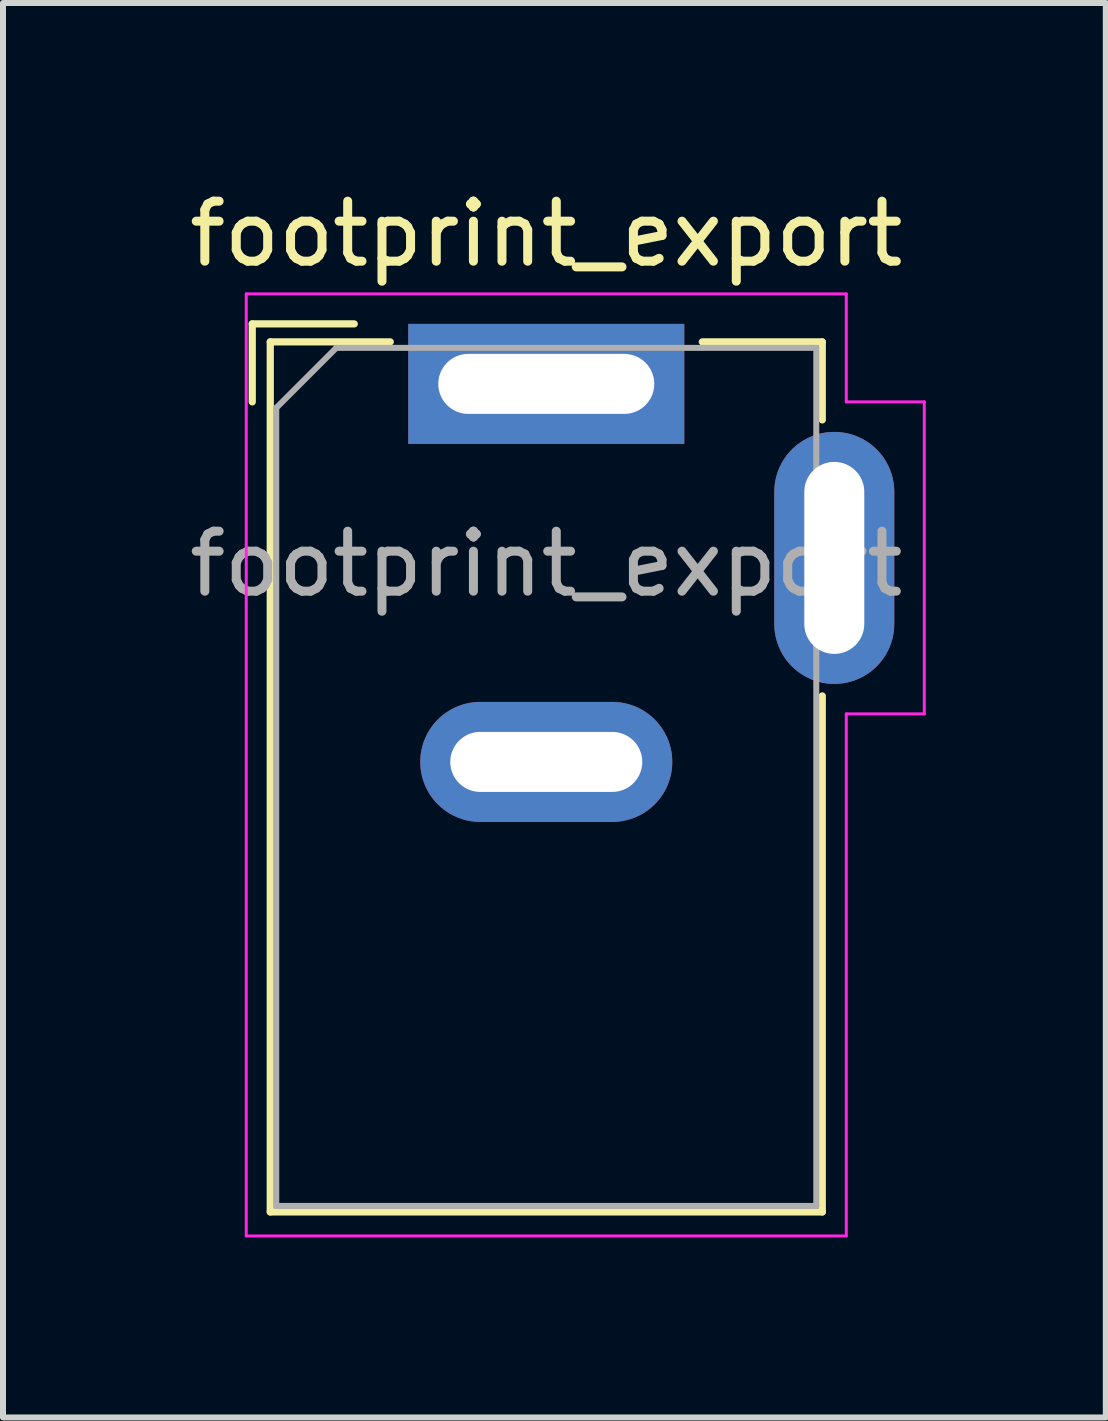
<source format=kicad_pcb>
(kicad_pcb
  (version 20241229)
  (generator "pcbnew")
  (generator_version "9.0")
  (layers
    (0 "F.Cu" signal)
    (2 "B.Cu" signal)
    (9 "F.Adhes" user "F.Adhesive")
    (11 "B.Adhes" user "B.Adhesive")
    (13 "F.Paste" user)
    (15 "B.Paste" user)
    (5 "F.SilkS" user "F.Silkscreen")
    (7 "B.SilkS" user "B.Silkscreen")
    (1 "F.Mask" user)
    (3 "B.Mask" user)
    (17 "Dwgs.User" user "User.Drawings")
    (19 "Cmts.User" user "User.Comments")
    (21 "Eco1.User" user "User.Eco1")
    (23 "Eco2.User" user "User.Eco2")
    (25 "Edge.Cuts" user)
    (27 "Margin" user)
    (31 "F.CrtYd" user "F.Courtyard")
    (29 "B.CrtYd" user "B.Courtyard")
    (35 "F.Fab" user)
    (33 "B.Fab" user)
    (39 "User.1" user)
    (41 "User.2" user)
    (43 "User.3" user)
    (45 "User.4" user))
  (footprint "footprint_export"
    (layer "F.Cu")
    (at 6.054 3.348)
    (property "Reference" "footprint_export" (at 0 -2.5 0) (layer "F.SilkS") (effects (font (size 1 1) (thickness 0.15))))
    (attr through_hole)
    (fp_line (start -4.9 -1) (end -4.9 0.3) (stroke (width 0.12) (type solid)) (layer "F.SilkS"))
    (fp_line (start -4.6 -0.7) (end -2.6 -0.7) (stroke (width 0.12) (type solid)) (layer "F.SilkS"))
    (fp_line (start -4.6 13.8) (end -4.6 -0.7) (stroke (width 0.12) (type solid)) (layer "F.SilkS"))
    (fp_line (start -3.2 -1) (end -4.9 -1) (stroke (width 0.12) (type solid)) (layer "F.SilkS"))
    (fp_line (start 2.6 -0.7) (end 4.6 -0.7) (stroke (width 0.12) (type solid)) (layer "F.SilkS"))
    (fp_line (start 4.6 -0.7) (end 4.6 0.6) (stroke (width 0.12) (type solid)) (layer "F.SilkS"))
    (fp_line (start 4.6 5.2) (end 4.6 13.8) (stroke (width 0.12) (type solid)) (layer "F.SilkS"))
    (fp_line (start 4.6 13.8) (end -4.6 13.8) (stroke (width 0.12) (type solid)) (layer "F.SilkS"))
    (fp_line (start -5 -1.5) (end -5 14.2) (stroke (width 0.05) (type solid)) (layer "F.CrtYd"))
    (fp_line (start -5 14.2) (end 5 14.2) (stroke (width 0.05) (type solid)) (layer "F.CrtYd"))
    (fp_line (start 5 -1.5) (end -5 -1.5) (stroke (width 0.05) (type solid)) (layer "F.CrtYd"))
    (fp_line (start 5 0.3) (end 5 -1.5) (stroke (width 0.05) (type solid)) (layer "F.CrtYd"))
    (fp_line (start 5 14.2) (end 5 5.5) (stroke (width 0.05) (type solid)) (layer "F.CrtYd"))
    (fp_line (start 6.3 0.3) (end 5 0.3) (stroke (width 0.05) (type solid)) (layer "F.CrtYd"))
    (fp_line (start 6.3 0.3) (end 6.3 5.5) (stroke (width 0.05) (type solid)) (layer "F.CrtYd"))
    (fp_line (start 6.3 5.5) (end 5 5.5) (stroke (width 0.05) (type solid)) (layer "F.CrtYd"))
    (fp_line (start -4.5 0.4) (end -3.5 -0.6) (stroke (width 0.1) (type solid)) (layer "F.Fab"))
    (fp_line (start -4.5 13.7) (end -4.5 0.4) (stroke (width 0.1) (type solid)) (layer "F.Fab"))
    (fp_line (start 4.5 -0.6) (end -3.5 -0.6) (stroke (width 0.1) (type solid)) (layer "F.Fab"))
    (fp_line (start 4.5 -0.6) (end 4.5 13.7) (stroke (width 0.1) (type solid)) (layer "F.Fab"))
    (fp_line (start 4.5 13.7) (end -4.5 13.7) (stroke (width 0.1) (type solid)) (layer "F.Fab"))
    (fp_text user "${REFERENCE}" (at 0 3 0) (layer "F.Fab") (effects (font (size 1 1) (thickness 0.15))))
    (pad "1" thru_hole rect (at 0 0) (size 4.6 2) (drill oval 3.6 1) (layers "*.Cu" "*.Mask"))
    (pad "2" thru_hole oval (at 0 6.3) (size 4.2 2) (drill oval 3.2 1) (layers "*.Cu" "*.Mask"))
    (pad "3" thru_hole oval (at 4.8 2.9) (size 2 4.2) (drill oval 1 3.2) (layers "*.Cu" "*.Mask")))
  (gr_rect
    (start -3 -3)
    (end 15.379 20.573)
    (stroke (width 0.1) (type default))
    (fill no)
    (layer "Edge.Cuts")))
</source>
